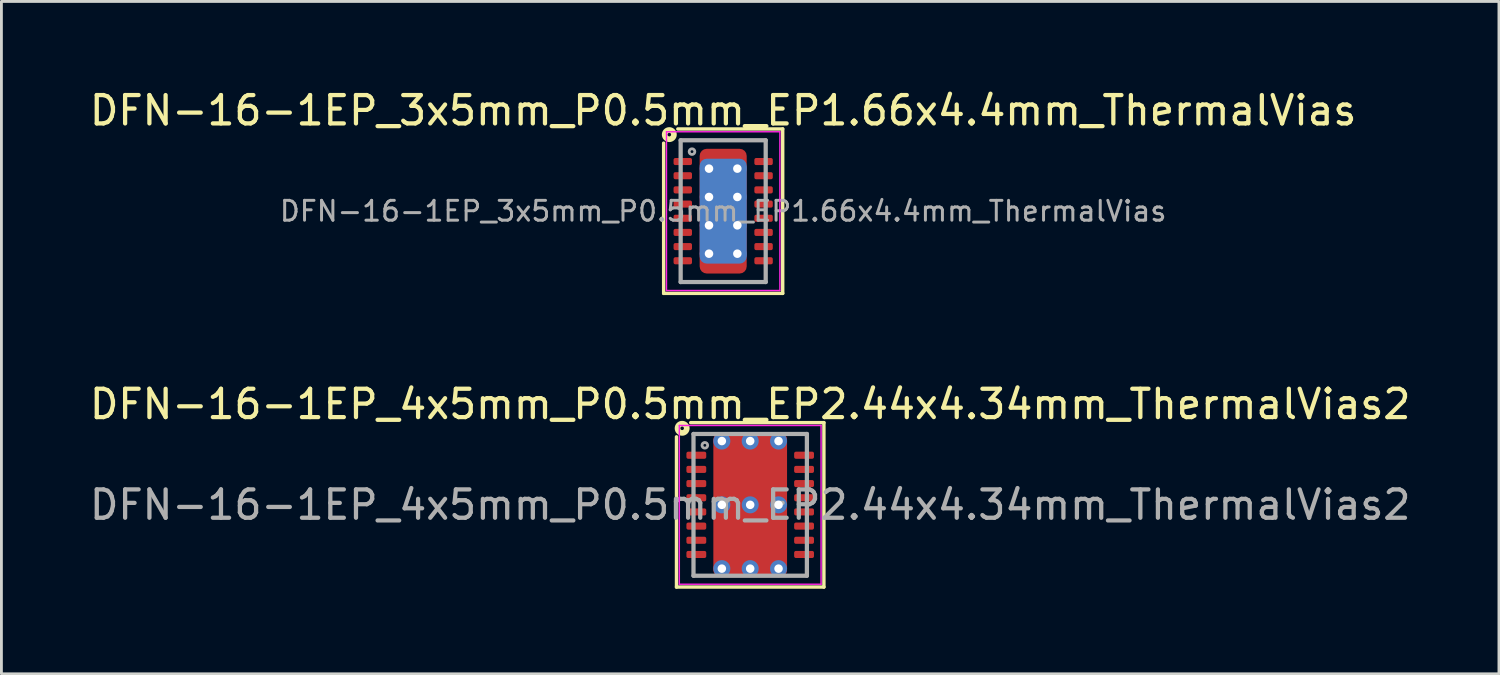
<source format=kicad_pcb>
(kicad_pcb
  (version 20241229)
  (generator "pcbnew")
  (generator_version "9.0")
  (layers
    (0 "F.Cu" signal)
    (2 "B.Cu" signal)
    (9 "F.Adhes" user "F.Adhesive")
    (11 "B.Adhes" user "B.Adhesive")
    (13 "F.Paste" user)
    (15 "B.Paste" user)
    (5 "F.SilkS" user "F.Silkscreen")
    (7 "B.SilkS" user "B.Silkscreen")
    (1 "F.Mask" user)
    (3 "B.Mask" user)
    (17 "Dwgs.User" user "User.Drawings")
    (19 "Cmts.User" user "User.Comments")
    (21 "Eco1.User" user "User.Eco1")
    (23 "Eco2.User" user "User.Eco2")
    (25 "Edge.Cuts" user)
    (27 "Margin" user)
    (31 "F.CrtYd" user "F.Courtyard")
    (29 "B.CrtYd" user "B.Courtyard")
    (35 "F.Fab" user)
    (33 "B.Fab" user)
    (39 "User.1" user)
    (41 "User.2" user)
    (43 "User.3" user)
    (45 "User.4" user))
  (footprint "DFN-16-1EP_4x5mm_P0.5mm_EP2.44x4.34mm_ThermalVias2"
    (layer "F.Cu")
    (at 23.411 14.757)
    (property "Reference" "DFN-16-1EP_4x5mm_P0.5mm_EP2.44x4.34mm_ThermalVias2" (at 0 -3.55 0) (layer "F.SilkS") (effects (font (size 1 1) (thickness 0.15))))
    (attr smd)
    (fp_line (start -2.6 2.9) (end -2.6 -2.4) (stroke (width 0.12) (type solid)) (layer "F.SilkS"))
    (fp_line (start -2.1 -2.9) (end 2.6 -2.9) (stroke (width 0.12) (type solid)) (layer "F.SilkS"))
    (fp_line (start 2.6 -2.9) (end 2.6 2.9) (stroke (width 0.12) (type solid)) (layer "F.SilkS"))
    (fp_line (start 2.6 2.9) (end -2.6 2.9) (stroke (width 0.12) (type solid)) (layer "F.SilkS"))
    (fp_circle (center -2.4 -2.7) (end -2.337 -2.7) (stroke (width 0.2) (type solid)) (fill no) (layer "F.SilkS"))
    (fp_line (start -2.5 -2.8) (end -2.5 2.8) (stroke (width 0.05) (type solid)) (layer "F.CrtYd"))
    (fp_line (start -2.5 -2.8) (end 2.5 -2.8) (stroke (width 0.05) (type solid)) (layer "F.CrtYd"))
    (fp_line (start -2.5 2.8) (end 2.5 2.8) (stroke (width 0.05) (type solid)) (layer "F.CrtYd"))
    (fp_line (start 2.5 -2.8) (end 2.5 2.8) (stroke (width 0.05) (type solid)) (layer "F.CrtYd"))
    (fp_line (start -2 -2.5) (end 2 -2.5) (stroke (width 0.15) (type solid)) (layer "F.Fab"))
    (fp_line (start -2 2.5) (end -2 -2.5) (stroke (width 0.15) (type solid)) (layer "F.Fab"))
    (fp_line (start 2 -2.5) (end 2 2.5) (stroke (width 0.15) (type solid)) (layer "F.Fab"))
    (fp_line (start 2 2.5) (end -2 2.5) (stroke (width 0.15) (type solid)) (layer "F.Fab"))
    (fp_circle (center -1.6 -2.1) (end -1.5 -2.1) (stroke (width 0.1) (type solid)) (fill no) (layer "F.Fab"))
    (fp_text user "${REFERENCE}" (at 0 0 0) (layer "F.Fab") (effects (font (size 1 1) (thickness 0.15))))
    (pad "" smd roundrect (at -0.6 -1.525) (size 0.9 0.55) (layers "F.Paste") (roundrect_rratio 0.25))
    (pad "" smd roundrect (at -0.6 -0.725) (size 0.9 0.55) (layers "F.Paste") (roundrect_rratio 0.25))
    (pad "" smd roundrect (at -0.6 0.725) (size 0.9 0.55) (layers "F.Paste") (roundrect_rratio 0.25))
    (pad "" smd roundrect (at -0.6 1.525) (size 0.9 0.55) (layers "F.Paste") (roundrect_rratio 0.25))
    (pad "" smd roundrect (at 0 -1.125) (size 2.4 1.65) (layers "F.Mask") (roundrect_rratio 0.147))
    (pad "" smd roundrect (at 0 1.125) (size 2.4 1.65) (layers "F.Mask") (roundrect_rratio 0.147))
    (pad "" smd roundrect (at 0.6 -1.525) (size 0.9 0.55) (layers "F.Paste") (roundrect_rratio 0.25))
    (pad "" smd roundrect (at 0.6 -0.725) (size 0.9 0.55) (layers "F.Paste") (roundrect_rratio 0.25))
    (pad "" smd roundrect (at 0.6 0.725) (size 0.9 0.55) (layers "F.Paste") (roundrect_rratio 0.25))
    (pad "" smd roundrect (at 0.6 1.525) (size 0.9 0.55) (layers "F.Paste") (roundrect_rratio 0.25))
    (pad "1" smd roundrect (at -1.9 -1.75) (size 0.7 0.25) (layers "F.Cu" "F.Mask" "F.Paste") (roundrect_rratio 0.25))
    (pad "2" smd roundrect (at -1.9 -1.25) (size 0.7 0.25) (layers "F.Cu" "F.Mask" "F.Paste") (roundrect_rratio 0.25))
    (pad "3" smd roundrect (at -1.9 -0.75) (size 0.7 0.25) (layers "F.Cu" "F.Mask" "F.Paste") (roundrect_rratio 0.25))
    (pad "4" smd roundrect (at -1.9 -0.25) (size 0.7 0.25) (layers "F.Cu" "F.Mask" "F.Paste") (roundrect_rratio 0.25))
    (pad "5" smd roundrect (at -1.9 0.25) (size 0.7 0.25) (layers "F.Cu" "F.Mask" "F.Paste") (roundrect_rratio 0.25))
    (pad "6" smd roundrect (at -1.9 0.75) (size 0.7 0.25) (layers "F.Cu" "F.Mask" "F.Paste") (roundrect_rratio 0.25))
    (pad "7" smd roundrect (at -1.9 1.25) (size 0.7 0.25) (layers "F.Cu" "F.Mask" "F.Paste") (roundrect_rratio 0.25))
    (pad "8" smd roundrect (at -1.9 1.75) (size 0.7 0.25) (layers "F.Cu" "F.Mask" "F.Paste") (roundrect_rratio 0.25))
    (pad "9" smd roundrect (at 1.9 1.75) (size 0.7 0.25) (layers "F.Cu" "F.Mask" "F.Paste") (roundrect_rratio 0.25))
    (pad "10" smd roundrect (at 1.9 1.25) (size 0.7 0.25) (layers "F.Cu" "F.Mask" "F.Paste") (roundrect_rratio 0.25))
    (pad "11" smd roundrect (at 1.9 0.75) (size 0.7 0.25) (layers "F.Cu" "F.Mask" "F.Paste") (roundrect_rratio 0.25))
    (pad "12" smd roundrect (at 1.9 0.25) (size 0.7 0.25) (layers "F.Cu" "F.Mask" "F.Paste") (roundrect_rratio 0.25))
    (pad "13" smd roundrect (at 1.9 -0.25) (size 0.7 0.25) (layers "F.Cu" "F.Mask" "F.Paste") (roundrect_rratio 0.25))
    (pad "14" smd roundrect (at 1.9 -0.75) (size 0.7 0.25) (layers "F.Cu" "F.Mask" "F.Paste") (roundrect_rratio 0.25))
    (pad "15" smd roundrect (at 1.9 -1.25) (size 0.7 0.25) (layers "F.Cu" "F.Mask" "F.Paste") (roundrect_rratio 0.25))
    (pad "16" smd roundrect (at 1.9 -1.75) (size 0.7 0.25) (layers "F.Cu" "F.Mask" "F.Paste") (roundrect_rratio 0.25))
    (pad "17" thru_hole circle (at -1 -2.25) (size 0.6 0.6) (drill 0.3) (property pad_prop_heatsink) (layers "*.Cu" "*.Mask"))
    (pad "17" thru_hole circle (at -1 0) (size 0.6 0.6) (drill 0.3) (property pad_prop_heatsink) (layers "*.Cu" "*.Mask"))
    (pad "17" thru_hole circle (at -1 2.25) (size 0.6 0.6) (drill 0.3) (property pad_prop_heatsink) (layers "*.Cu" "*.Mask"))
    (pad "17" thru_hole circle (at 0 -2.25) (size 0.6 0.6) (drill 0.3) (property pad_prop_heatsink) (layers "*.Cu" "*.Mask"))
    (pad "17" thru_hole circle (at 0 0) (size 0.6 0.6) (drill 0.3) (property pad_prop_heatsink) (layers "*.Cu" "*.Mask"))
    (pad "17" smd roundrect (at 0 0) (size 2.6 5.1) (layers "F.Cu") (roundrect_rratio 0.096))
    (pad "17" thru_hole circle (at 0 2.25) (size 0.6 0.6) (drill 0.3) (property pad_prop_heatsink) (layers "*.Cu" "*.Mask"))
    (pad "17" thru_hole circle (at 1 -2.25) (size 0.6 0.6) (drill 0.3) (property pad_prop_heatsink) (layers "*.Cu" "*.Mask"))
    (pad "17" thru_hole circle (at 1 0) (size 0.6 0.6) (drill 0.3) (property pad_prop_heatsink) (layers "*.Cu" "*.Mask"))
    (pad "17" thru_hole circle (at 1 2.25) (size 0.6 0.6) (drill 0.3) (property pad_prop_heatsink) (layers "*.Cu" "*.Mask")))
  (footprint "DFN-16-1EP_3x5mm_P0.5mm_EP1.66x4.4mm_ThermalVias"
    (layer "F.Cu")
    (at 22.458 4.398)
    (property "Reference" "DFN-16-1EP_3x5mm_P0.5mm_EP1.66x4.4mm_ThermalVias" (at 0 -3.55 0) (layer "F.SilkS") (effects (font (size 1 1) (thickness 0.15))))
    (attr smd)
    (fp_line (start -2.1 2.9) (end -2.1 -2.4) (stroke (width 0.12) (type solid)) (layer "F.SilkS"))
    (fp_line (start -1.6 -2.9) (end 2.1 -2.9) (stroke (width 0.12) (type solid)) (layer "F.SilkS"))
    (fp_line (start 2.1 -2.9) (end 2.1 2.9) (stroke (width 0.12) (type solid)) (layer "F.SilkS"))
    (fp_line (start 2.1 2.9) (end -2.1 2.9) (stroke (width 0.12) (type solid)) (layer "F.SilkS"))
    (fp_circle (center -1.9 -2.7) (end -1.837 -2.7) (stroke (width 0.2) (type solid)) (fill no) (layer "F.SilkS"))
    (fp_line (start -2 -2.8) (end -2 2.8) (stroke (width 0.05) (type solid)) (layer "F.CrtYd"))
    (fp_line (start -2 -2.8) (end 2 -2.8) (stroke (width 0.05) (type solid)) (layer "F.CrtYd"))
    (fp_line (start -2 2.8) (end 2 2.8) (stroke (width 0.05) (type solid)) (layer "F.CrtYd"))
    (fp_line (start 2 -2.8) (end 2 2.8) (stroke (width 0.05) (type solid)) (layer "F.CrtYd"))
    (fp_line (start -1.5 -2.5) (end 1.5 -2.5) (stroke (width 0.15) (type solid)) (layer "F.Fab"))
    (fp_line (start -1.5 2.5) (end -1.5 -2.5) (stroke (width 0.15) (type solid)) (layer "F.Fab"))
    (fp_line (start 1.5 -2.5) (end 1.5 2.5) (stroke (width 0.15) (type solid)) (layer "F.Fab"))
    (fp_line (start 1.5 2.5) (end -1.5 2.5) (stroke (width 0.15) (type solid)) (layer "F.Fab"))
    (fp_circle (center -1.1 -2.1) (end -1 -2.1) (stroke (width 0.1) (type solid)) (fill no) (layer "F.Fab"))
    (fp_text user "${REFERENCE}" (at 0 0 0) (layer "F.Fab") (effects (font (size 0.7 0.7) (thickness 0.105))))
    (pad "" smd roundrect (at -0.425 -1.875) (size 0.65 0.55) (layers "F.Paste") (roundrect_rratio 0.25))
    (pad "" smd roundrect (at -0.425 -1) (size 0.65 0.8) (layers "F.Paste") (roundrect_rratio 0.25))
    (pad "" smd roundrect (at -0.425 0) (size 0.65 0.8) (layers "F.Paste") (roundrect_rratio 0.25))
    (pad "" smd roundrect (at -0.425 1) (size 0.65 0.8) (layers "F.Paste") (roundrect_rratio 0.25))
    (pad "" smd roundrect (at -0.425 1.875) (size 0.65 0.55) (layers "F.Paste") (roundrect_rratio 0.25))
    (pad "" smd roundrect (at 0.425 -1.875) (size 0.65 0.55) (layers "F.Paste") (roundrect_rratio 0.25))
    (pad "" smd roundrect (at 0.425 -1) (size 0.65 0.8) (layers "F.Paste") (roundrect_rratio 0.25))
    (pad "" smd roundrect (at 0.425 0) (size 0.65 0.8) (layers "F.Paste") (roundrect_rratio 0.25))
    (pad "" smd roundrect (at 0.425 1) (size 0.65 0.8) (layers "F.Paste") (roundrect_rratio 0.25))
    (pad "" smd roundrect (at 0.425 1.875) (size 0.65 0.55) (layers "F.Paste") (roundrect_rratio 0.25))
    (pad "1" smd roundrect (at -1.425 -1.75) (size 0.65 0.25) (layers "F.Cu" "F.Mask" "F.Paste") (roundrect_rratio 0.25))
    (pad "2" smd roundrect (at -1.425 -1.25) (size 0.65 0.25) (layers "F.Cu" "F.Mask" "F.Paste") (roundrect_rratio 0.25))
    (pad "3" smd roundrect (at -1.425 -0.75) (size 0.65 0.25) (layers "F.Cu" "F.Mask" "F.Paste") (roundrect_rratio 0.25))
    (pad "4" smd roundrect (at -1.425 -0.25) (size 0.65 0.25) (layers "F.Cu" "F.Mask" "F.Paste") (roundrect_rratio 0.25))
    (pad "5" smd roundrect (at -1.425 0.25) (size 0.65 0.25) (layers "F.Cu" "F.Mask" "F.Paste") (roundrect_rratio 0.25))
    (pad "6" smd roundrect (at -1.425 0.75) (size 0.65 0.25) (layers "F.Cu" "F.Mask" "F.Paste") (roundrect_rratio 0.25))
    (pad "7" smd roundrect (at -1.425 1.25) (size 0.65 0.25) (layers "F.Cu" "F.Mask" "F.Paste") (roundrect_rratio 0.25))
    (pad "8" smd roundrect (at -1.425 1.75) (size 0.65 0.25) (layers "F.Cu" "F.Mask" "F.Paste") (roundrect_rratio 0.25))
    (pad "9" smd roundrect (at 1.425 1.75) (size 0.65 0.25) (layers "F.Cu" "F.Mask" "F.Paste") (roundrect_rratio 0.25))
    (pad "10" smd roundrect (at 1.425 1.25) (size 0.65 0.25) (layers "F.Cu" "F.Mask" "F.Paste") (roundrect_rratio 0.25))
    (pad "11" smd roundrect (at 1.425 0.75) (size 0.65 0.25) (layers "F.Cu" "F.Mask" "F.Paste") (roundrect_rratio 0.25))
    (pad "12" smd roundrect (at 1.425 0.25) (size 0.65 0.25) (layers "F.Cu" "F.Mask" "F.Paste") (roundrect_rratio 0.25))
    (pad "13" smd roundrect (at 1.425 -0.25) (size 0.65 0.25) (layers "F.Cu" "F.Mask" "F.Paste") (roundrect_rratio 0.25))
    (pad "14" smd roundrect (at 1.425 -0.75) (size 0.65 0.25) (layers "F.Cu" "F.Mask" "F.Paste") (roundrect_rratio 0.25))
    (pad "15" smd roundrect (at 1.425 -1.25) (size 0.65 0.25) (layers "F.Cu" "F.Mask" "F.Paste") (roundrect_rratio 0.25))
    (pad "16" smd roundrect (at 1.425 -1.75) (size 0.65 0.25) (layers "F.Cu" "F.Mask" "F.Paste") (roundrect_rratio 0.25))
    (pad "17" thru_hole circle (at -0.5 -1.5) (size 0.65 0.65) (drill 0.3) (property pad_prop_heatsink) (layers "*.Cu"))
    (pad "17" thru_hole circle (at -0.5 -0.5) (size 0.65 0.65) (drill 0.3) (property pad_prop_heatsink) (layers "*.Cu"))
    (pad "17" thru_hole circle (at -0.5 0.5) (size 0.65 0.65) (drill 0.3) (property pad_prop_heatsink) (layers "*.Cu"))
    (pad "17" thru_hole circle (at -0.5 1.5) (size 0.65 0.65) (drill 0.3) (property pad_prop_heatsink) (layers "*.Cu"))
    (pad "17" smd roundrect (at 0 0) (size 1.66 3.7) (layers "B.Cu" "B.Mask") (roundrect_rratio 0.151))
    (pad "17" smd roundrect (at 0 0) (size 1.66 4.4) (layers "F.Cu" "F.Mask") (roundrect_rratio 0.151))
    (pad "17" thru_hole circle (at 0.5 -1.5) (size 0.65 0.65) (drill 0.3) (property pad_prop_heatsink) (layers "*.Cu"))
    (pad "17" thru_hole circle (at 0.5 -0.5) (size 0.65 0.65) (drill 0.3) (property pad_prop_heatsink) (layers "*.Cu"))
    (pad "17" thru_hole circle (at 0.5 0.5) (size 0.65 0.65) (drill 0.3) (property pad_prop_heatsink) (layers "*.Cu"))
    (pad "17" thru_hole circle (at 0.5 1.5) (size 0.65 0.65) (drill 0.3) (property pad_prop_heatsink) (layers "*.Cu")))
  (gr_rect
    (start -3 -3)
    (end 49.821 20.716)
    (stroke (width 0.1) (type default))
    (fill no)
    (layer "Edge.Cuts")))
</source>
